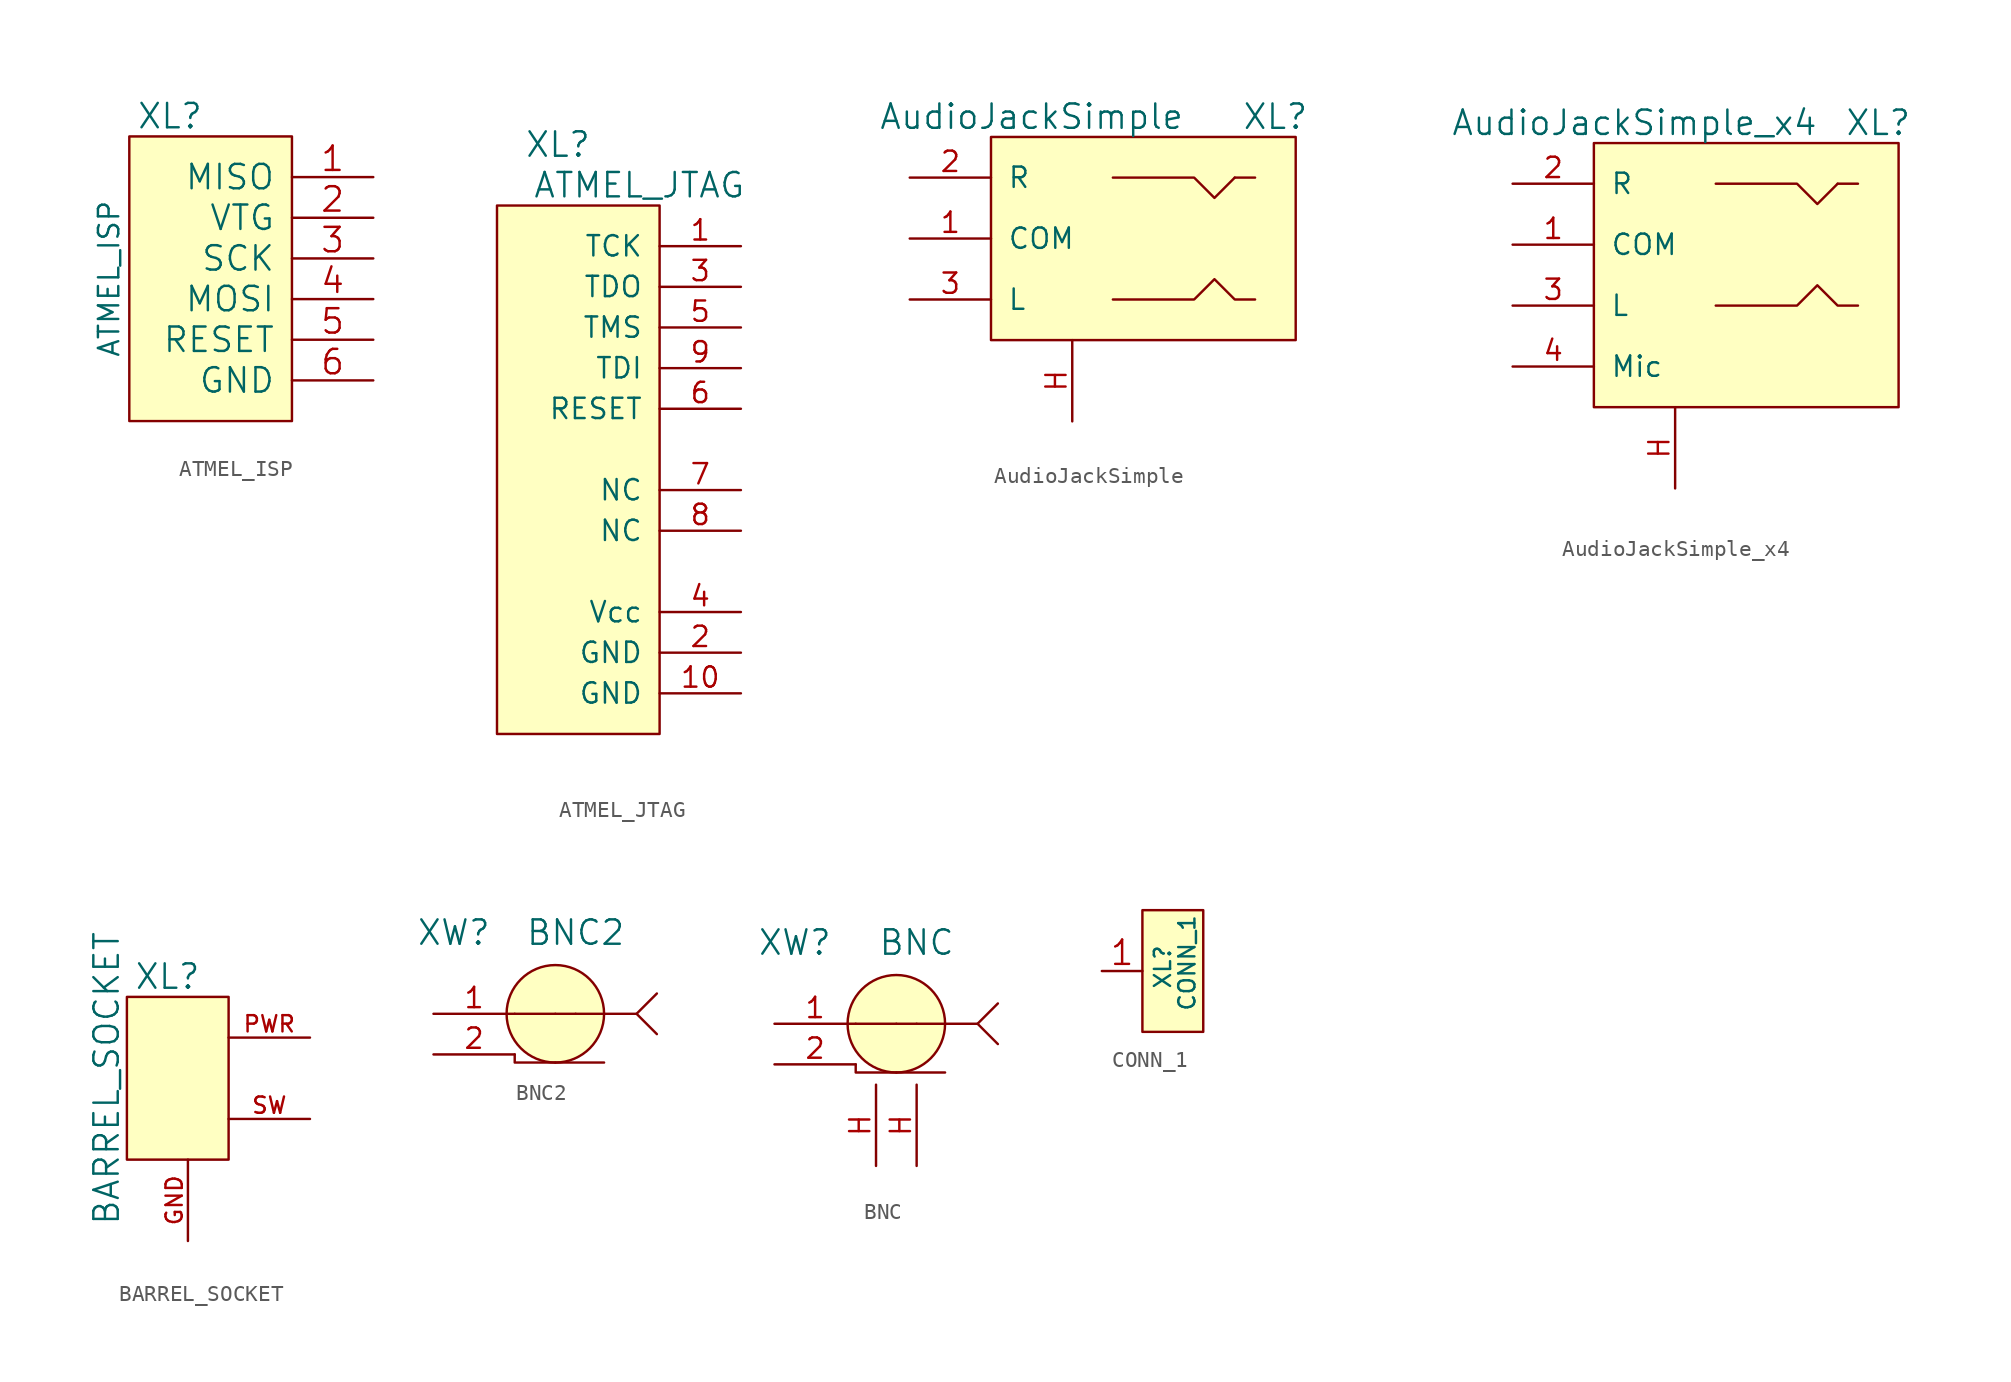
<source format=kicad_sym>
(kicad_symbol_lib
  (version 20201005)
  (generator kicad_symbol_editor)
  (symbol "Connectors_kl:ATMEL_ISP"
    (pin_names
      (offset 1.016))
    (property "Reference" "XL"
      (at -3.81 10.16 0)
      (effects (font (size 1.524 1.524))))
    (property "Value" "ATMEL_ISP"
      (at -7.62 0 90)
      (effects (font (size 1.27 1.27))))
    (property "Footprint" ""
      (at 0 0 0)
      (effects (font (size 1.524 1.524))))
    (property "Datasheet" ""
      (at 0 0 0)
      (effects (font (size 1.524 1.524))))
    (symbol "ATMEL_ISP_0_1"
      (rectangle (start 3.81 8.89) (end -6.35 -8.89) (stroke (width 0)) (fill (type background))))
    (symbol "ATMEL_ISP_1_1"
      (pin passive line (at 8.89 6.35 180) (length 5.08) (name "MISO" (effects (font (size 1.524 1.524)))) (number "1" (effects (font (size 1.524 1.524)))))
      (pin passive line (at 8.89 3.81 180) (length 5.08) (name "VTG" (effects (font (size 1.524 1.524)))) (number "2" (effects (font (size 1.524 1.524)))))
      (pin passive line (at 8.89 1.27 180) (length 5.08) (name "SCK" (effects (font (size 1.524 1.524)))) (number "3" (effects (font (size 1.524 1.524)))))
      (pin passive line (at 8.89 -1.27 180) (length 5.08) (name "MOSI" (effects (font (size 1.524 1.524)))) (number "4" (effects (font (size 1.524 1.524)))))
      (pin passive line (at 8.89 -3.81 180) (length 5.08) (name "RESET" (effects (font (size 1.524 1.524)))) (number "5" (effects (font (size 1.524 1.524)))))
      (pin passive line (at 8.89 -6.35 180) (length 5.08) (name "GND" (effects (font (size 1.524 1.524)))) (number "6" (effects (font (size 1.524 1.524)))))))
  (symbol "Connectors_kl:ATMEL_JTAG"
    (pin_names
      (offset 1.016))
    (property "Reference" "XL"
      (at -2.54 21.59 0)
      (effects (font (size 1.524 1.524))))
    (property "Value" "ATMEL_JTAG"
      (at 2.54 19.05 0)
      (effects (font (size 1.524 1.524))))
    (property "Footprint" ""
      (at 0 0 0)
      (effects (font (size 1.524 1.524))))
    (property "Datasheet" ""
      (at 0 0 0)
      (effects (font (size 1.524 1.524))))
    (symbol "ATMEL_JTAG_0_1"
      (rectangle (start 3.81 -15.24) (end -6.35 17.78) (stroke (width 0)) (fill (type background))))
    (symbol "ATMEL_JTAG_1_1"
      (pin passive line (at 8.89 15.24 180) (length 5.08) (name "TCK" (effects (font (size 1.27 1.27)))) (number "1" (effects (font (size 1.27 1.27)))))
      (pin power_in line (at 8.89 -12.7 180) (length 5.08) (name "GND" (effects (font (size 1.27 1.27)))) (number "10" (effects (font (size 1.27 1.27)))))
      (pin power_in line (at 8.89 -10.16 180) (length 5.08) (name "GND" (effects (font (size 1.27 1.27)))) (number "2" (effects (font (size 1.27 1.27)))))
      (pin passive line (at 8.89 12.7 180) (length 5.08) (name "TDO" (effects (font (size 1.27 1.27)))) (number "3" (effects (font (size 1.27 1.27)))))
      (pin power_in line (at 8.89 -7.62 180) (length 5.08) (name "Vcc" (effects (font (size 1.27 1.27)))) (number "4" (effects (font (size 1.27 1.27)))))
      (pin passive line (at 8.89 10.16 180) (length 5.08) (name "TMS" (effects (font (size 1.27 1.27)))) (number "5" (effects (font (size 1.27 1.27)))))
      (pin passive line (at 8.89 5.08 180) (length 5.08) (name "RESET" (effects (font (size 1.27 1.27)))) (number "6" (effects (font (size 1.27 1.27)))))
      (pin passive line (at 8.89 0 180) (length 5.08) (name "NC" (effects (font (size 1.27 1.27)))) (number "7" (effects (font (size 1.27 1.27)))))
      (pin passive line (at 8.89 -2.54 180) (length 5.08) (name "NC" (effects (font (size 1.27 1.27)))) (number "8" (effects (font (size 1.27 1.27)))))
      (pin passive line (at 8.89 7.62 180) (length 5.08) (name "TDI" (effects (font (size 1.27 1.27)))) (number "9" (effects (font (size 1.27 1.27)))))))
  (symbol "Connectors_kl:AudioJackSimple"
    (pin_names
      (offset 1.016))
    (property "Reference" "XL"
      (at 12.7 7.62 0)
      (effects (font (size 1.524 1.524))))
    (property "Value" "AudioJackSimple"
      (at -2.54 7.62 0)
      (effects (font (size 1.524 1.524))))
    (property "Footprint" ""
      (at 0 0 0)
      (effects (font (size 1.524 1.524))))
    (property "Datasheet" ""
      (at 0 0 0)
      (effects (font (size 1.524 1.524))))
    (symbol "AudioJackSimple_0_1"
      (rectangle (start -5.08 6.35) (end 13.97 -6.35) (stroke (width 0)) (fill (type background)))
      (polyline (pts (xy 10.16 3.81) (xy 11.43 3.81)) (stroke (width 0)) (fill (type none)))
      (polyline (pts (xy 2.54 3.81) (xy 7.62 3.81) (xy 8.89 2.54) (xy 10.16 3.81)) (stroke (width 0)) (fill (type none)))
      (polyline (pts (xy 2.54 -3.81) (xy 7.62 -3.81) (xy 8.89 -2.54) (xy 10.16 -3.81) (xy 11.43 -3.81)) (stroke (width 0)) (fill (type none))))
    (symbol "AudioJackSimple_1_1"
      (pin passive line (at -10.16 0 0) (length 5.08) (name "COM" (effects (font (size 1.27 1.27)))) (number "1" (effects (font (size 1.27 1.27)))))
      (pin passive line (at -10.16 3.81 0) (length 5.08) (name "R" (effects (font (size 1.27 1.27)))) (number "2" (effects (font (size 1.27 1.27)))))
      (pin passive line (at -10.16 -3.81 0) (length 5.08) (name "L" (effects (font (size 1.27 1.27)))) (number "3" (effects (font (size 1.27 1.27)))))
      (pin passive line (at 0 -11.43 90) (length 5.08) (name "~" (effects (font (size 1.27 1.27)))) (number "H" (effects (font (size 1.27 1.27)))))))
  (symbol "Connectors_kl:AudioJackSimple_x4"
    (pin_names
      (offset 1.016))
    (property "Reference" "XL"
      (at 12.7 7.62 0)
      (effects (font (size 1.524 1.524))))
    (property "Value" "AudioJackSimple_x4"
      (at -2.54 7.62 0)
      (effects (font (size 1.524 1.524))))
    (property "Footprint" ""
      (at 0 0 0)
      (effects (font (size 1.524 1.524))))
    (property "Datasheet" ""
      (at 0 0 0)
      (effects (font (size 1.524 1.524))))
    (symbol "AudioJackSimple_x4_0_1"
      (rectangle (start -5.08 6.35) (end 13.97 -10.16) (stroke (width 0)) (fill (type background)))
      (polyline (pts (xy 10.16 3.81) (xy 11.43 3.81)) (stroke (width 0)) (fill (type none)))
      (polyline (pts (xy 2.54 3.81) (xy 7.62 3.81) (xy 8.89 2.54) (xy 10.16 3.81)) (stroke (width 0)) (fill (type none)))
      (polyline (pts (xy 2.54 -3.81) (xy 7.62 -3.81) (xy 8.89 -2.54) (xy 10.16 -3.81) (xy 11.43 -3.81)) (stroke (width 0)) (fill (type none))))
    (symbol "AudioJackSimple_x4_1_1"
      (pin passive line (at -10.16 0 0) (length 5.08) (name "COM" (effects (font (size 1.27 1.27)))) (number "1" (effects (font (size 1.27 1.27)))))
      (pin passive line (at -10.16 3.81 0) (length 5.08) (name "R" (effects (font (size 1.27 1.27)))) (number "2" (effects (font (size 1.27 1.27)))))
      (pin passive line (at -10.16 -3.81 0) (length 5.08) (name "L" (effects (font (size 1.27 1.27)))) (number "3" (effects (font (size 1.27 1.27)))))
      (pin passive line (at -10.16 -7.62 0) (length 5.08) (name "Mic" (effects (font (size 1.27 1.27)))) (number "4" (effects (font (size 1.27 1.27)))))
      (pin passive line (at 0 -15.24 90) (length 5.08) (name "~" (effects (font (size 1.27 1.27)))) (number "H" (effects (font (size 1.27 1.27)))))))
  (symbol "Connectors_kl:BARREL_SOCKET"
    (pin_names
      (offset 1.016))
    (property "Reference" "XL"
      (at -3.81 6.35 0)
      (effects (font (size 1.524 1.524))))
    (property "Value" "BARREL_SOCKET"
      (at -7.62 0 90)
      (effects (font (size 1.524 1.524))))
    (property "Footprint" ""
      (at 0 0 0)
      (effects (font (size 1.524 1.524))))
    (property "Datasheet" ""
      (at 0 0 0)
      (effects (font (size 1.524 1.524))))
    (symbol "BARREL_SOCKET_0_1"
      (rectangle (start 0 -5.08) (end -6.35 5.08) (stroke (width 0)) (fill (type background))))
    (symbol "BARREL_SOCKET_1_1"
      (pin power_out line (at -2.54 -10.16 90) (length 5.08) (name "~" (effects (font (size 1.016 1.016)))) (number "GND" (effects (font (size 1.016 1.016)))))
      (pin power_out line (at 5.08 2.54 180) (length 5.08) (name "~" (effects (font (size 1.016 1.016)))) (number "PWR" (effects (font (size 1.016 1.016)))))
      (pin passive line (at 5.08 -2.54 180) (length 5.08) (name "~" (effects (font (size 1.016 1.016)))) (number "SW" (effects (font (size 1.016 1.016)))))))
  (symbol "Connectors_kl:BNC2"
    (pin_names
      (offset 1.016) hide)
    (property "Reference" "XW"
      (at -6.35 5.08 0)
      (effects (font (size 1.524 1.524))))
    (property "Value" "BNC2"
      (at 1.27 5.08 0)
      (effects (font (size 1.524 1.524))))
    (property "Footprint" ""
      (at 5.08 0 0)
      (effects (font (size 1.524 1.524))))
    (property "Datasheet" ""
      (at 5.08 0 0)
      (effects (font (size 1.524 1.524))))
    (symbol "BNC2_0_1"
      (circle (center 0 0) (radius 3.048) (stroke (width 0)) (fill (type background)))
      (polyline (pts (xy 0 -3.048) (xy 3.048 -3.048)) (stroke (width 0)) (fill (type none)))
      (polyline (pts (xy 0 0) (xy -2.54 0)) (stroke (width 0)) (fill (type none)))
      (polyline (pts (xy 0 0) (xy 1.27 0)) (stroke (width 0)) (fill (type none)))
      (polyline (pts (xy 0 -3.048) (xy -2.54 -3.048) (xy -2.54 -2.54)) (stroke (width 0)) (fill (type none)))
      (polyline (pts (xy 5.08 0) (xy 1.27 0) (xy 1.27 0)) (stroke (width 0)) (fill (type none)))
      (polyline (pts (xy 6.35 1.27) (xy 5.08 0) (xy 6.35 -1.27) (xy 6.35 -1.27)) (stroke (width 0)) (fill (type none))))
    (symbol "BNC2_1_1"
      (pin passive line (at -7.62 0 0) (length 5.08) (name "1" (effects (font (size 1.27 1.27)))) (number "1" (effects (font (size 1.27 1.27)))))
      (pin passive line (at -7.62 -2.54 0) (length 5.08) (name "2" (effects (font (size 1.27 1.27)))) (number "2" (effects (font (size 1.27 1.27)))))))
  (symbol "Connectors_kl:BNC"
    (pin_names
      (offset 1.016) hide)
    (property "Reference" "XW"
      (at -6.35 5.08 0)
      (effects (font (size 1.524 1.524))))
    (property "Value" "BNC"
      (at 1.27 5.08 0)
      (effects (font (size 1.524 1.524))))
    (property "Footprint" ""
      (at 5.08 0 0)
      (effects (font (size 1.524 1.524))))
    (property "Datasheet" ""
      (at 5.08 0 0)
      (effects (font (size 1.524 1.524))))
    (symbol "BNC_0_1"
      (circle (center 0 0) (radius 3.048) (stroke (width 0)) (fill (type background)))
      (polyline (pts (xy 0 -3.048) (xy 3.048 -3.048)) (stroke (width 0)) (fill (type none)))
      (polyline (pts (xy 0 0) (xy -2.54 0)) (stroke (width 0)) (fill (type none)))
      (polyline (pts (xy 0 0) (xy 1.27 0)) (stroke (width 0)) (fill (type none)))
      (polyline (pts (xy 0 -3.048) (xy -2.54 -3.048) (xy -2.54 -2.54)) (stroke (width 0)) (fill (type none)))
      (polyline (pts (xy 5.08 0) (xy 1.27 0) (xy 1.27 0)) (stroke (width 0)) (fill (type none)))
      (polyline (pts (xy 6.35 1.27) (xy 5.08 0) (xy 6.35 -1.27) (xy 6.35 -1.27)) (stroke (width 0)) (fill (type none))))
    (symbol "BNC_1_1"
      (pin passive line (at -7.62 0 0) (length 5.08) (name "1" (effects (font (size 1.27 1.27)))) (number "1" (effects (font (size 1.27 1.27)))))
      (pin passive line (at -7.62 -2.54 0) (length 5.08) (name "2" (effects (font (size 1.27 1.27)))) (number "2" (effects (font (size 1.27 1.27)))))
      (pin passive line (at -1.27 -8.89 90) (length 5.08) (name "H" (effects (font (size 1.27 1.27)))) (number "H" (effects (font (size 1.27 1.27)))))
      (pin passive line (at 1.27 -8.89 90) (length 5.08) (name "H" (effects (font (size 1.27 1.27)))) (number "H" (effects (font (size 1.27 1.27)))))))
  (symbol "Connectors_kl:CONN_1"
    (pin_names
      (offset 1.016) hide)
    (property "Reference" "XL"
      (at -1.27 0.254 90)
      (effects (font (size 1.016 1.016))))
    (property "Value" "CONN_1"
      (at 0.254 0.508 90)
      (effects (font (size 1.016 1.016))))
    (property "Footprint" ""
      (at 0 0 0)
      (effects (font (size 1.524 1.524))))
    (property "Datasheet" ""
      (at 0 0 0)
      (effects (font (size 1.524 1.524))))
    (symbol "CONN_1_0_1"
      (rectangle (start -2.54 -3.81) (end 1.27 3.81) (stroke (width 0)) (fill (type background))))
    (symbol "CONN_1_1_1"
      (pin passive line (at -5.08 0 0) (length 2.54) (name "P1" (effects (font (size 1.524 1.524)))) (number "1" (effects (font (size 1.524 1.524))))))))
</source>
